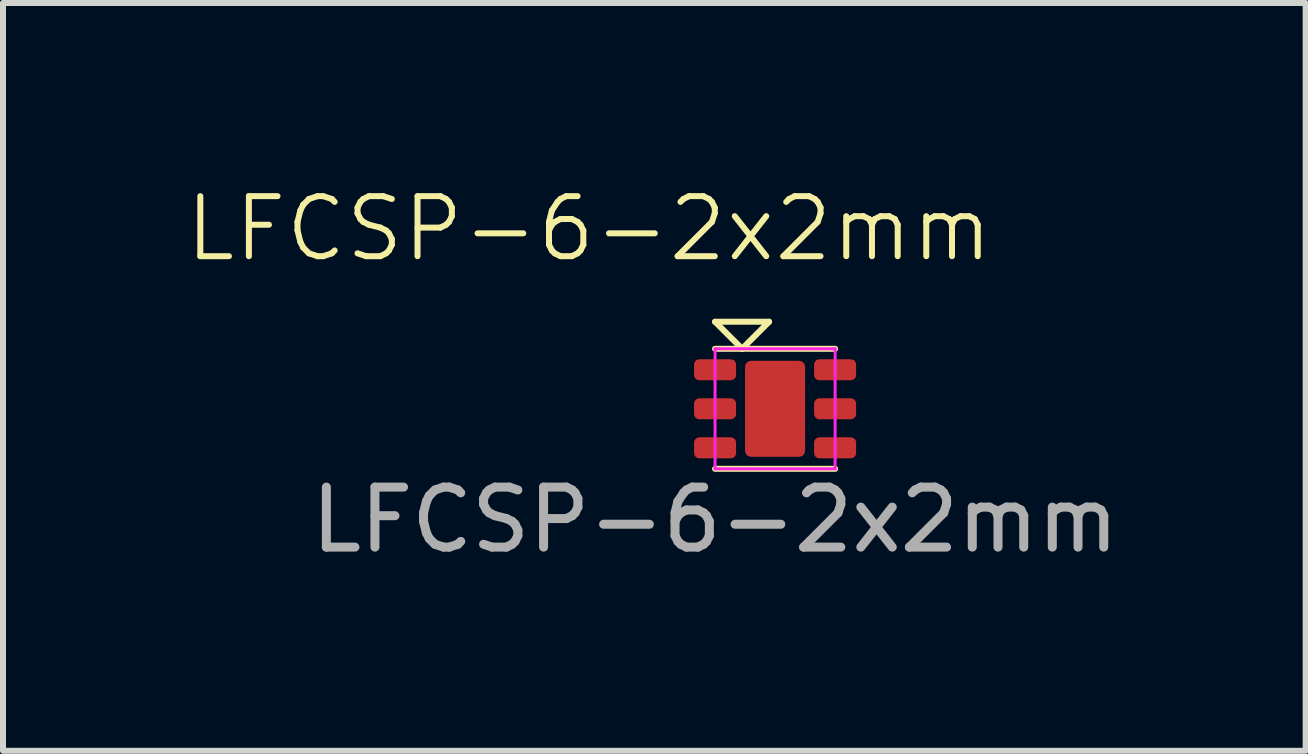
<source format=kicad_pcb>
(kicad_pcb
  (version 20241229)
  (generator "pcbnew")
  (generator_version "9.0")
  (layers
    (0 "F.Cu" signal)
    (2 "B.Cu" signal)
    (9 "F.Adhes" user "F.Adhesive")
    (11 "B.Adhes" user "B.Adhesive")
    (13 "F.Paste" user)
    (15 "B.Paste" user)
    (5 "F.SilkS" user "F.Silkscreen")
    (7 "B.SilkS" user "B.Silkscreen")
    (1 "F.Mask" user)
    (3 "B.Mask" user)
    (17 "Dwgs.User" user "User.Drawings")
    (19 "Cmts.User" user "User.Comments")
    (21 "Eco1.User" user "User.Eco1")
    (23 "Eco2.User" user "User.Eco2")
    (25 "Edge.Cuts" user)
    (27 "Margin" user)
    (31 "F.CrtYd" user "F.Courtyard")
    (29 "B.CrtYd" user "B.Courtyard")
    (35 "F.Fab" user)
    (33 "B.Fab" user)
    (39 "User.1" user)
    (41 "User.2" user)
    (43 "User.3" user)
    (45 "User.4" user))
  (footprint "LFCSP-6-2x2mm"
    (layer "F.Cu")
    (at 8.864 3.111)
    (property "Reference" "LFCSP-6-2x2mm" (at -2.1 -2.35 0) (unlocked yes) (layer "F.SilkS") (effects (font (size 1 1) (thickness 0.1))))
    (attr smd)
    (fp_line (start 0 -0.8) (end 0.45 -0.35) (stroke (width 0.1) (type default)) (layer "F.SilkS"))
    (fp_line (start 0 -0.35) (end 2 -0.35) (stroke (width 0.1) (type default)) (layer "F.SilkS"))
    (fp_line (start 0 1.65) (end 2 1.65) (stroke (width 0.1) (type default)) (layer "F.SilkS"))
    (fp_line (start 0.45 -0.35) (end 0.9 -0.8) (stroke (width 0.1) (type default)) (layer "F.SilkS"))
    (fp_line (start 0.9 -0.8) (end 0 -0.8) (stroke (width 0.1) (type default)) (layer "F.SilkS"))
    (fp_line (start 0 -0.35) (end 2 -0.35) (stroke (width 0.05) (type default)) (layer "F.CrtYd"))
    (fp_line (start 0 1.65) (end 0 -0.35) (stroke (width 0.05) (type default)) (layer "F.CrtYd"))
    (fp_line (start 2 -0.35) (end 2 1.65) (stroke (width 0.05) (type default)) (layer "F.CrtYd"))
    (fp_line (start 2 1.65) (end 0 1.65) (stroke (width 0.05) (type default)) (layer "F.CrtYd"))
    (fp_text user "${REFERENCE}" (at 0 2.5 0) (unlocked yes) (layer "F.Fab") (effects (font (size 1 1) (thickness 0.15))))
    (pad "1" smd roundrect (at 0 0) (size 0.7 0.35) (layers "F.Cu" "F.Mask" "F.Paste") (roundrect_rratio 0.25))
    (pad "2" smd roundrect (at 0 0.65) (size 0.7 0.35) (layers "F.Cu" "F.Mask" "F.Paste") (roundrect_rratio 0.25))
    (pad "3" smd roundrect (at 0 1.3) (size 0.7 0.35) (layers "F.Cu" "F.Mask" "F.Paste") (roundrect_rratio 0.25))
    (pad "4" smd roundrect (at 2 1.3) (size 0.7 0.35) (layers "F.Cu" "F.Mask" "F.Paste") (roundrect_rratio 0.25))
    (pad "5" smd roundrect (at 2 0.65) (size 0.7 0.35) (layers "F.Cu" "F.Mask" "F.Paste") (roundrect_rratio 0.25))
    (pad "6" smd roundrect (at 2 0) (size 0.7 0.35) (layers "F.Cu" "F.Mask" "F.Paste") (roundrect_rratio 0.25))
    (pad "7" smd roundrect (at 1 0.65) (size 1 1.6) (layers "F.Cu" "F.Mask" "F.Paste") (roundrect_rratio 0.1)))
  (gr_rect
    (start -3 -3)
    (end 18.704 9.459)
    (stroke (width 0.1) (type default))
    (fill no)
    (layer "Edge.Cuts")))
</source>
